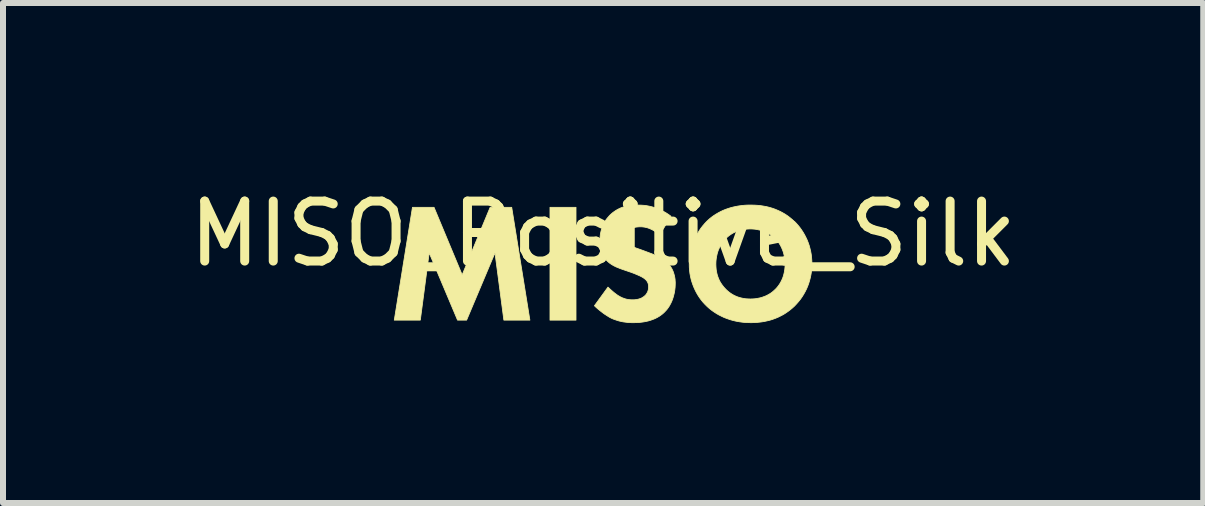
<source format=kicad_pcb>
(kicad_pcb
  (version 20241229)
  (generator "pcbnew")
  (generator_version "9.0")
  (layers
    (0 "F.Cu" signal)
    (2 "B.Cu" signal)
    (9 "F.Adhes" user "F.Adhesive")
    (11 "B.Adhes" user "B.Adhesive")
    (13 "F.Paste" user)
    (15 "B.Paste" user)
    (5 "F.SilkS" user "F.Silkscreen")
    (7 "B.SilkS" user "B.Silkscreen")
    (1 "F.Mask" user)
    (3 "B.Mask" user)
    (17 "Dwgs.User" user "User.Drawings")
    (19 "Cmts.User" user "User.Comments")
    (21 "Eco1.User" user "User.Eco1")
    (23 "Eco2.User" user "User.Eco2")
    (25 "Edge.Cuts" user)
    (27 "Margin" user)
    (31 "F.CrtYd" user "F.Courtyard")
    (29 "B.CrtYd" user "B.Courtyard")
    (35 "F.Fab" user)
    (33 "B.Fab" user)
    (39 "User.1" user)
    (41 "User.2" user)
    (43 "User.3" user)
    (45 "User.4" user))
  (footprint "MISO_Positive_Silk"
    (layer "F.Cu")
    (at 7.006 1.348)
    (property "Reference" "MISO_Positive_Silk" (at 0 -0.5 0) (unlocked yes) (layer "F.SilkS") (effects (font (size 1 1) (thickness 0.15))))
    (fp_poly (pts (xy -0.452 0.94) (xy -0.886 0.94) (xy -0.886 -0.941) (xy -0.452 -0.941)) (stroke (width 0.013) (type solid)) (fill yes) (layer "F.SilkS"))
    (fp_poly (pts (xy -2.35 0.185) (xy -1.884 -0.941) (xy -1.524 -0.941) (xy -1.221 0.94) (xy -1.655 0.94) (xy -1.803 -0.182) (xy -2.276 0.94) (xy -2.427 0.94) (xy -2.9 -0.182) (xy -3.048 0.94) (xy -3.482 0.94) (xy -3.179 -0.941) (xy -2.819 -0.941)) (stroke (width 0.013) (type solid)) (fill yes) (layer "F.SilkS"))
    (fp_poly (pts (xy 2.517 -0.978) (xy 2.57 -0.975) (xy 2.622 -0.97) (xy 2.673 -0.962) (xy 2.723 -0.953) (xy 2.772 -0.941) (xy 2.819 -0.927) (xy 2.865 -0.911) (xy 2.91 -0.892) (xy 2.954 -0.872) (xy 2.997 -0.849) (xy 3.038 -0.825) (xy 3.078 -0.798) (xy 3.116 -0.769) (xy 3.153 -0.738) (xy 3.189 -0.704) (xy 3.189 -0.708) (xy 3.221 -0.675) (xy 3.252 -0.64) (xy 3.282 -0.603) (xy 3.309 -0.565) (xy 3.335 -0.525) (xy 3.359 -0.484) (xy 3.381 -0.441) (xy 3.402 -0.397) (xy 3.42 -0.351) (xy 3.436 -0.305) (xy 3.449 -0.257) (xy 3.461 -0.207) (xy 3.47 -0.157) (xy 3.476 -0.105) (xy 3.48 -0.052) (xy 3.482 0.001) (xy 3.481 0.048) (xy 3.477 0.095) (xy 3.472 0.142) (xy 3.464 0.189) (xy 3.454 0.236) (xy 3.442 0.282) (xy 3.428 0.328) (xy 3.411 0.374) (xy 3.392 0.419) (xy 3.37 0.463) (xy 3.346 0.506) (xy 3.32 0.548) (xy 3.291 0.59) (xy 3.259 0.63) (xy 3.225 0.669) (xy 3.189 0.707) (xy 3.155 0.738) (xy 3.12 0.767) (xy 3.083 0.795) (xy 3.045 0.821) (xy 3.006 0.846) (xy 2.964 0.868) (xy 2.922 0.889) (xy 2.877 0.908) (xy 2.831 0.925) (xy 2.784 0.94) (xy 2.734 0.952) (xy 2.684 0.963) (xy 2.631 0.971) (xy 2.576 0.977) (xy 2.52 0.981) (xy 2.462 0.982) (xy 2.397 0.98) (xy 2.335 0.976) (xy 2.276 0.968) (xy 2.219 0.958) (xy 2.164 0.945) (xy 2.112 0.93) (xy 2.063 0.913) (xy 2.016 0.895) (xy 1.972 0.874) (xy 1.93 0.853) (xy 1.89 0.83) (xy 1.853 0.806) (xy 1.818 0.782) (xy 1.786 0.757) (xy 1.756 0.732) (xy 1.729 0.707) (xy 1.696 0.674) (xy 1.664 0.639) (xy 1.635 0.603) (xy 1.607 0.565) (xy 1.581 0.525) (xy 1.557 0.484) (xy 1.535 0.441) (xy 1.515 0.397) (xy 1.497 0.352) (xy 1.481 0.306) (xy 1.467 0.258) (xy 1.456 0.21) (xy 1.447 0.16) (xy 1.441 0.11) (xy 1.437 0.06) (xy 1.436 0.008) (xy 1.88 0.008) (xy 1.881 0.04) (xy 1.883 0.071) (xy 1.886 0.102) (xy 1.891 0.132) (xy 1.897 0.16) (xy 1.904 0.188) (xy 1.913 0.216) (xy 1.923 0.242) (xy 1.934 0.268) (xy 1.947 0.294) (xy 1.961 0.318) (xy 1.977 0.342) (xy 1.994 0.365) (xy 2.012 0.388) (xy 2.032 0.41) (xy 2.053 0.432) (xy 2.076 0.453) (xy 2.099 0.472) (xy 2.122 0.489) (xy 2.146 0.505) (xy 2.17 0.519) (xy 2.195 0.532) (xy 2.22 0.543) (xy 2.245 0.553) (xy 2.27 0.561) (xy 2.296 0.568) (xy 2.322 0.574) (xy 2.348 0.579) (xy 2.375 0.583) (xy 2.401 0.585) (xy 2.428 0.586) (xy 2.455 0.587) (xy 2.49 0.586) (xy 2.524 0.584) (xy 2.557 0.58) (xy 2.588 0.574) (xy 2.618 0.568) (xy 2.647 0.56) (xy 2.675 0.55) (xy 2.702 0.54) (xy 2.727 0.529) (xy 2.751 0.516) (xy 2.774 0.503) (xy 2.796 0.489) (xy 2.817 0.474) (xy 2.836 0.458) (xy 2.854 0.442) (xy 2.872 0.425) (xy 2.886 0.411) (xy 2.9 0.395) (xy 2.914 0.378) (xy 2.928 0.359) (xy 2.942 0.339) (xy 2.955 0.317) (xy 2.968 0.294) (xy 2.98 0.269) (xy 2.992 0.242) (xy 3.002 0.214) (xy 3.007 0.199) (xy 3.011 0.183) (xy 3.015 0.167) (xy 3.019 0.151) (xy 3.022 0.135) (xy 3.025 0.117) (xy 3.028 0.1) (xy 3.03 0.082) (xy 3.032 0.063) (xy 3.033 0.044) (xy 3.034 0.025) (xy 3.034 0.005) (xy 3.033 -0.031) (xy 3.03 -0.066) (xy 3.026 -0.099) (xy 3.02 -0.131) (xy 3.013 -0.162) (xy 3.005 -0.192) (xy 2.995 -0.221) (xy 2.984 -0.248) (xy 2.973 -0.274) (xy 2.96 -0.299) (xy 2.947 -0.322) (xy 2.933 -0.344) (xy 2.918 -0.365) (xy 2.903 -0.384) (xy 2.887 -0.402) (xy 2.872 -0.419) (xy 2.854 -0.435) (xy 2.834 -0.452) (xy 2.814 -0.468) (xy 2.792 -0.483) (xy 2.769 -0.497) (xy 2.745 -0.51) (xy 2.72 -0.523) (xy 2.694 -0.534) (xy 2.667 -0.544) (xy 2.639 -0.554) (xy 2.61 -0.562) (xy 2.58 -0.568) (xy 2.55 -0.574) (xy 2.519 -0.578) (xy 2.487 -0.58) (xy 2.455 -0.581) (xy 2.423 -0.58) (xy 2.392 -0.578) (xy 2.362 -0.575) (xy 2.332 -0.57) (xy 2.304 -0.564) (xy 2.276 -0.556) (xy 2.249 -0.548) (xy 2.222 -0.538) (xy 2.197 -0.527) (xy 2.172 -0.515) (xy 2.149 -0.502) (xy 2.126 -0.487) (xy 2.104 -0.472) (xy 2.083 -0.455) (xy 2.062 -0.437) (xy 2.042 -0.419) (xy 2.046 -0.419) (xy 2.031 -0.403) (xy 2.016 -0.386) (xy 2.001 -0.368) (xy 1.986 -0.348) (xy 1.972 -0.327) (xy 1.958 -0.304) (xy 1.945 -0.28) (xy 1.933 -0.254) (xy 1.921 -0.227) (xy 1.911 -0.198) (xy 1.902 -0.167) (xy 1.895 -0.135) (xy 1.891 -0.119) (xy 1.889 -0.102) (xy 1.886 -0.084) (xy 1.884 -0.067) (xy 1.882 -0.048) (xy 1.881 -0.03) (xy 1.88 -0.011) (xy 1.88 0.008) (xy 1.436 0.008) (xy 1.437 -0.043) (xy 1.441 -0.094) (xy 1.448 -0.145) (xy 1.457 -0.195) (xy 1.469 -0.245) (xy 1.483 -0.293) (xy 1.499 -0.341) (xy 1.517 -0.388) (xy 1.537 -0.433) (xy 1.559 -0.477) (xy 1.583 -0.519) (xy 1.608 -0.56) (xy 1.635 -0.599) (xy 1.664 -0.636) (xy 1.694 -0.671) (xy 1.725 -0.704) (xy 1.75 -0.728) (xy 1.778 -0.753) (xy 1.808 -0.777) (xy 1.841 -0.801) (xy 1.876 -0.824) (xy 1.915 -0.847) (xy 1.956 -0.869) (xy 2 -0.89) (xy 2.047 -0.909) (xy 2.097 -0.926) (xy 2.123 -0.934) (xy 2.15 -0.941) (xy 2.177 -0.948) (xy 2.206 -0.954) (xy 2.235 -0.96) (xy 2.265 -0.965) (xy 2.296 -0.969) (xy 2.327 -0.973) (xy 2.36 -0.976) (xy 2.393 -0.978) (xy 2.427 -0.979) (xy 2.462 -0.979)) (stroke (width 0.013) (type solid)) (fill yes) (layer "F.SilkS"))
    (fp_poly (pts (xy 0.627 -0.978) (xy 0.656 -0.976) (xy 0.686 -0.974) (xy 0.718 -0.97) (xy 0.751 -0.964) (xy 0.785 -0.957) (xy 0.821 -0.948) (xy 0.857 -0.937) (xy 0.894 -0.925) (xy 0.932 -0.909) (xy 0.971 -0.892) (xy 1.011 -0.871) (xy 1.051 -0.848) (xy 1.091 -0.822) (xy 1.132 -0.792) (xy 0.938 -0.475) (xy 0.938 -0.482) (xy 0.912 -0.504) (xy 0.886 -0.524) (xy 0.861 -0.542) (xy 0.837 -0.557) (xy 0.814 -0.569) (xy 0.791 -0.58) (xy 0.769 -0.589) (xy 0.748 -0.597) (xy 0.728 -0.603) (xy 0.709 -0.607) (xy 0.691 -0.611) (xy 0.674 -0.613) (xy 0.659 -0.615) (xy 0.645 -0.616) (xy 0.621 -0.616) (xy 0.598 -0.616) (xy 0.586 -0.615) (xy 0.574 -0.614) (xy 0.562 -0.613) (xy 0.549 -0.611) (xy 0.537 -0.609) (xy 0.525 -0.606) (xy 0.513 -0.602) (xy 0.501 -0.598) (xy 0.49 -0.592) (xy 0.478 -0.586) (xy 0.467 -0.579) (xy 0.457 -0.572) (xy 0.452 -0.567) (xy 0.447 -0.563) (xy 0.442 -0.558) (xy 0.437 -0.553) (xy 0.432 -0.547) (xy 0.427 -0.541) (xy 0.422 -0.535) (xy 0.418 -0.529) (xy 0.413 -0.522) (xy 0.409 -0.515) (xy 0.406 -0.508) (xy 0.402 -0.501) (xy 0.399 -0.493) (xy 0.396 -0.485) (xy 0.394 -0.477) (xy 0.392 -0.468) (xy 0.39 -0.46) (xy 0.389 -0.451) (xy 0.388 -0.442) (xy 0.388 -0.433) (xy 0.388 -0.424) (xy 0.389 -0.416) (xy 0.389 -0.408) (xy 0.391 -0.401) (xy 0.392 -0.393) (xy 0.394 -0.386) (xy 0.396 -0.38) (xy 0.399 -0.373) (xy 0.401 -0.367) (xy 0.405 -0.361) (xy 0.408 -0.355) (xy 0.412 -0.349) (xy 0.416 -0.343) (xy 0.42 -0.338) (xy 0.425 -0.332) (xy 0.43 -0.327) (xy 0.439 -0.319) (xy 0.448 -0.312) (xy 0.458 -0.305) (xy 0.469 -0.299) (xy 0.48 -0.293) (xy 0.492 -0.287) (xy 0.504 -0.281) (xy 0.518 -0.275) (xy 0.533 -0.269) (xy 0.548 -0.263) (xy 0.583 -0.251) (xy 0.667 -0.221) (xy 0.808 -0.168) (xy 0.839 -0.156) (xy 0.872 -0.142) (xy 0.905 -0.127) (xy 0.922 -0.119) (xy 0.939 -0.11) (xy 0.956 -0.101) (xy 0.973 -0.092) (xy 0.989 -0.082) (xy 1.005 -0.071) (xy 1.021 -0.06) (xy 1.036 -0.049) (xy 1.051 -0.036) (xy 1.065 -0.023) (xy 1.085 -0.003) (xy 1.103 0.017) (xy 1.119 0.039) (xy 1.133 0.06) (xy 1.146 0.082) (xy 1.157 0.105) (xy 1.167 0.127) (xy 1.175 0.15) (xy 1.182 0.173) (xy 1.188 0.195) (xy 1.193 0.218) (xy 1.197 0.24) (xy 1.2 0.262) (xy 1.201 0.284) (xy 1.203 0.305) (xy 1.203 0.326) (xy 1.202 0.362) (xy 1.2 0.397) (xy 1.196 0.432) (xy 1.191 0.466) (xy 1.184 0.499) (xy 1.176 0.531) (xy 1.167 0.563) (xy 1.157 0.593) (xy 1.146 0.622) (xy 1.133 0.65) (xy 1.119 0.677) (xy 1.105 0.703) (xy 1.089 0.727) (xy 1.073 0.75) (xy 1.055 0.772) (xy 1.037 0.791) (xy 1.021 0.808) (xy 1.005 0.823) (xy 0.989 0.837) (xy 0.972 0.85) (xy 0.954 0.863) (xy 0.937 0.875) (xy 0.901 0.896) (xy 0.865 0.914) (xy 0.828 0.929) (xy 0.791 0.942) (xy 0.755 0.953) (xy 0.719 0.961) (xy 0.683 0.968) (xy 0.649 0.973) (xy 0.616 0.977) (xy 0.585 0.98) (xy 0.556 0.981) (xy 0.504 0.982) (xy 0.479 0.982) (xy 0.455 0.981) (xy 0.43 0.98) (xy 0.406 0.978) (xy 0.382 0.975) (xy 0.359 0.972) (xy 0.335 0.969) (xy 0.312 0.964) (xy 0.289 0.959) (xy 0.266 0.954) (xy 0.243 0.947) (xy 0.221 0.94) (xy 0.198 0.932) (xy 0.175 0.924) (xy 0.153 0.915) (xy 0.13 0.904) (xy 0.112 0.895) (xy 0.094 0.884) (xy 0.076 0.873) (xy 0.057 0.861) (xy 0.039 0.849) (xy 0.02 0.837) (xy -0.016 0.81) (xy -0.052 0.782) (xy -0.085 0.755) (xy -0.117 0.727) (xy -0.145 0.7) (xy 0.081 0.389) (xy 0.101 0.408) (xy 0.122 0.428) (xy 0.145 0.448) (xy 0.168 0.468) (xy 0.191 0.487) (xy 0.215 0.505) (xy 0.226 0.513) (xy 0.237 0.521) (xy 0.247 0.528) (xy 0.257 0.534) (xy 0.271 0.542) (xy 0.285 0.55) (xy 0.299 0.557) (xy 0.313 0.564) (xy 0.327 0.57) (xy 0.342 0.575) (xy 0.356 0.58) (xy 0.37 0.585) (xy 0.385 0.589) (xy 0.4 0.592) (xy 0.415 0.595) (xy 0.43 0.597) (xy 0.446 0.599) (xy 0.461 0.6) (xy 0.477 0.601) (xy 0.494 0.601) (xy 0.505 0.601) (xy 0.516 0.6) (xy 0.528 0.6) (xy 0.54 0.598) (xy 0.552 0.597) (xy 0.564 0.595) (xy 0.577 0.592) (xy 0.59 0.589) (xy 0.603 0.585) (xy 0.616 0.581) (xy 0.629 0.576) (xy 0.642 0.57) (xy 0.654 0.563) (xy 0.667 0.555) (xy 0.679 0.547) (xy 0.691 0.537) (xy 0.698 0.531) (xy 0.704 0.525) (xy 0.711 0.518) (xy 0.717 0.51) (xy 0.723 0.502) (xy 0.728 0.494) (xy 0.733 0.485) (xy 0.738 0.476) (xy 0.743 0.467) (xy 0.746 0.456) (xy 0.75 0.446) (xy 0.751 0.44) (xy 0.753 0.435) (xy 0.754 0.429) (xy 0.755 0.423) (xy 0.756 0.417) (xy 0.757 0.411) (xy 0.758 0.405) (xy 0.758 0.399) (xy 0.758 0.392) (xy 0.758 0.386) (xy 0.758 0.374) (xy 0.757 0.363) (xy 0.756 0.353) (xy 0.754 0.343) (xy 0.751 0.333) (xy 0.749 0.324) (xy 0.745 0.315) (xy 0.741 0.307) (xy 0.737 0.299) (xy 0.732 0.291) (xy 0.727 0.284) (xy 0.721 0.277) (xy 0.715 0.27) (xy 0.709 0.264) (xy 0.702 0.258) (xy 0.695 0.252) (xy 0.685 0.244) (xy 0.673 0.236) (xy 0.661 0.228) (xy 0.647 0.22) (xy 0.633 0.213) (xy 0.618 0.205) (xy 0.587 0.191) (xy 0.556 0.178) (xy 0.526 0.165) (xy 0.476 0.146) (xy 0.321 0.093) (xy 0.287 0.081) (xy 0.253 0.067) (xy 0.218 0.053) (xy 0.201 0.045) (xy 0.184 0.036) (xy 0.167 0.027) (xy 0.15 0.017) (xy 0.134 0.007) (xy 0.118 -0.004) (xy 0.103 -0.015) (xy 0.088 -0.028) (xy 0.073 -0.041) (xy 0.06 -0.055) (xy 0.042 -0.075) (xy 0.027 -0.096) (xy 0.013 -0.117) (xy 0.001 -0.138) (xy -0.01 -0.16) (xy -0.019 -0.181) (xy -0.027 -0.203) (xy -0.034 -0.225) (xy -0.039 -0.246) (xy -0.043 -0.267) (xy -0.047 -0.288) (xy -0.049 -0.308) (xy -0.051 -0.328) (xy -0.052 -0.347) (xy -0.053 -0.383) (xy -0.052 -0.414) (xy -0.051 -0.444) (xy -0.048 -0.474) (xy -0.044 -0.503) (xy -0.038 -0.531) (xy -0.031 -0.559) (xy -0.023 -0.587) (xy -0.014 -0.613) (xy -0.004 -0.64) (xy 0.008 -0.665) (xy 0.022 -0.69) (xy 0.036 -0.715) (xy 0.052 -0.739) (xy 0.07 -0.762) (xy 0.089 -0.784) (xy 0.109 -0.807) (xy 0.135 -0.831) (xy 0.161 -0.853) (xy 0.187 -0.872) (xy 0.214 -0.89) (xy 0.241 -0.906) (xy 0.269 -0.92) (xy 0.297 -0.933) (xy 0.326 -0.943) (xy 0.356 -0.952) (xy 0.385 -0.96) (xy 0.416 -0.966) (xy 0.447 -0.971) (xy 0.478 -0.975) (xy 0.51 -0.978) (xy 0.542 -0.979) (xy 0.575 -0.979)) (stroke (width 0.013) (type solid)) (fill yes) (layer "F.SilkS")))
  (gr_rect
    (start -3 -3)
    (end 17.012 5.337)
    (stroke (width 0.1) (type default))
    (fill no)
    (layer "Edge.Cuts")))
</source>
